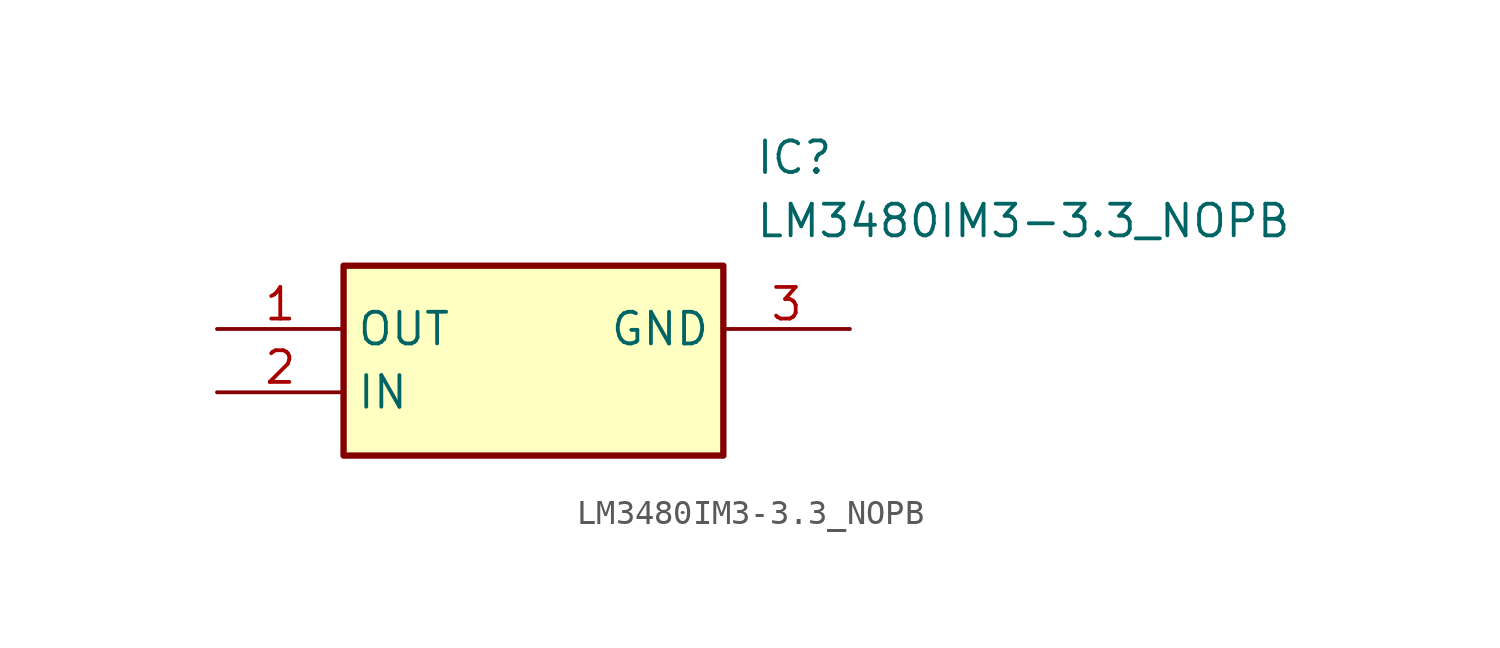
<source format=kicad_sym>
(kicad_symbol_lib
  (version 20211014)
  (generator SamacSys_ECAD_Model)
  (symbol "LM3480IM3-3.3_NOPB"
    (property "Reference" "IC"
      (at 21.59 7.62 0)
      (effects (font (size 1.27 1.27)) (justify left top)))
    (property "Value" "LM3480IM3-3.3_NOPB"
      (at 21.59 5.08 0)
      (effects (font (size 1.27 1.27)) (justify left top)))
    (rectangle
      (start 5.08 2.54)
      (end 20.32 -5.08)
      (stroke (width 0.254) (type default))
      (fill (type background)))
    (pin output line
      (at 0 0 0)
      (length 5.08)
      (name "OUT" (effects (font (size 1.27 1.27))))
      (number "1" (effects (font (size 1.27 1.27)))))
    (pin input line
      (at 0 -2.54 0)
      (length 5.08)
      (name "IN" (effects (font (size 1.27 1.27))))
      (number "2" (effects (font (size 1.27 1.27)))))
    (pin power_in line
      (at 25.4 0 180)
      (length 5.08)
      (name "GND" (effects (font (size 1.27 1.27))))
      (number "3" (effects (font (size 1.27 1.27)))))))
</source>
